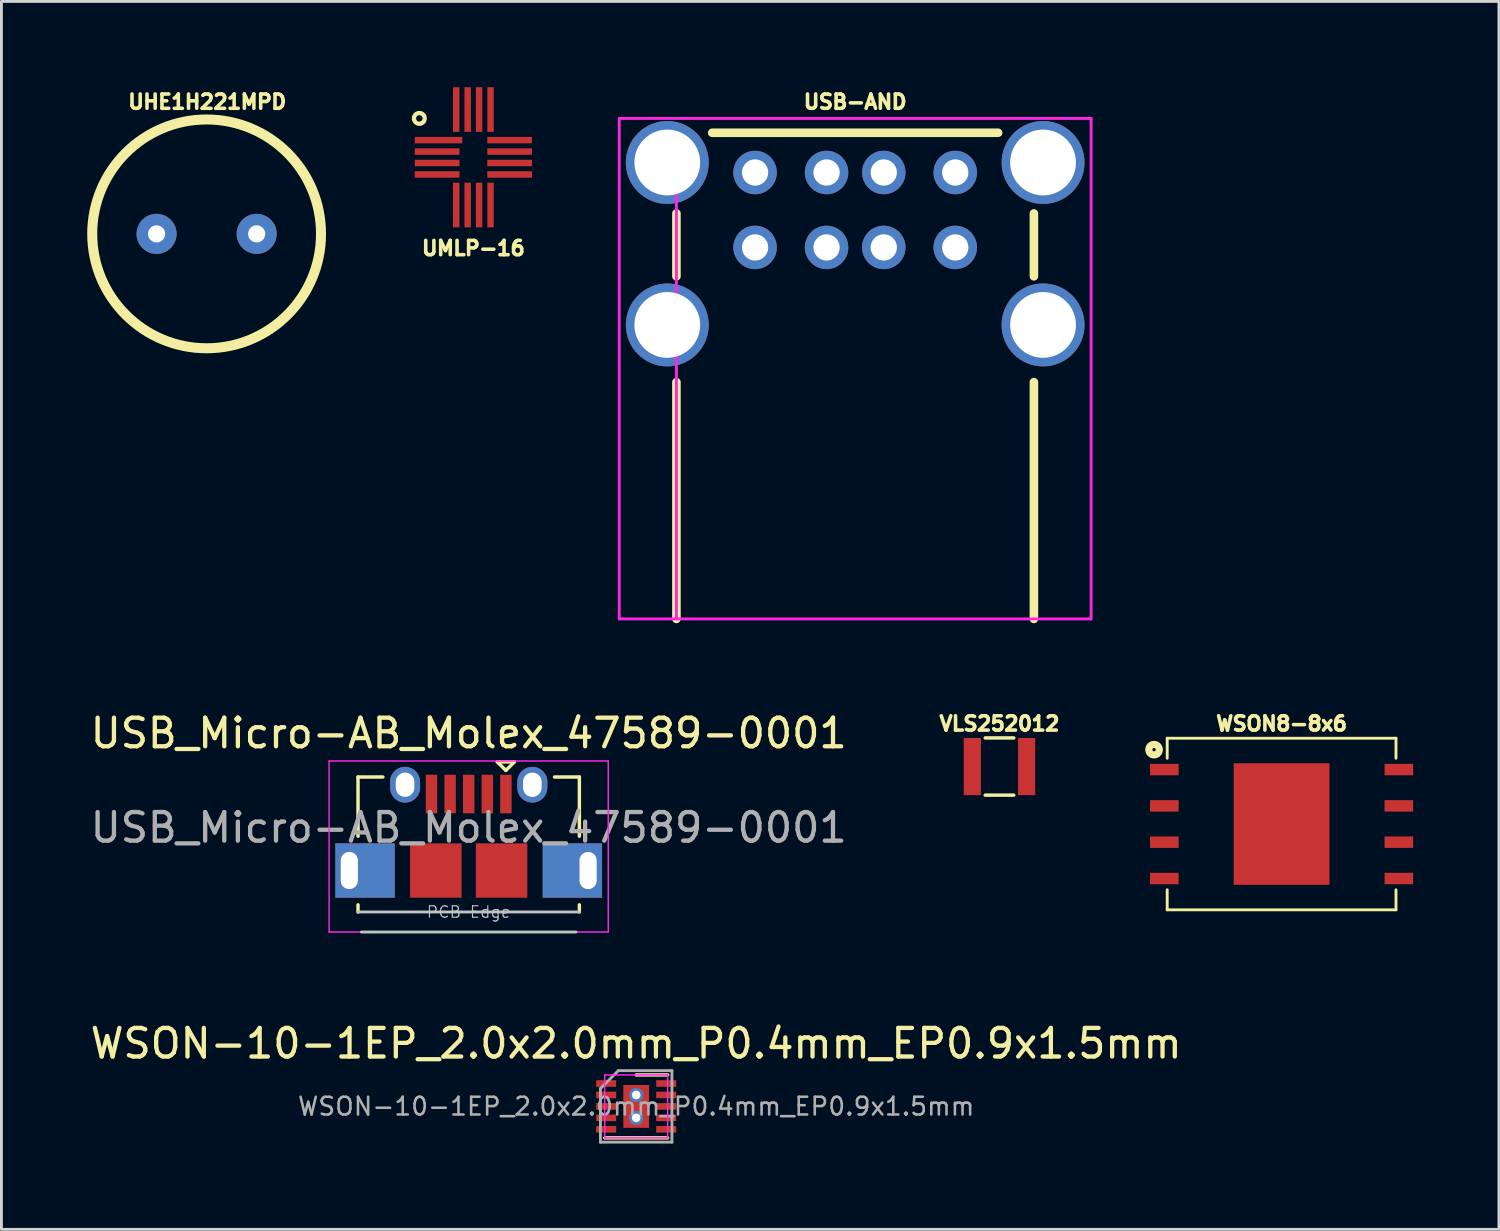
<source format=kicad_pcb>
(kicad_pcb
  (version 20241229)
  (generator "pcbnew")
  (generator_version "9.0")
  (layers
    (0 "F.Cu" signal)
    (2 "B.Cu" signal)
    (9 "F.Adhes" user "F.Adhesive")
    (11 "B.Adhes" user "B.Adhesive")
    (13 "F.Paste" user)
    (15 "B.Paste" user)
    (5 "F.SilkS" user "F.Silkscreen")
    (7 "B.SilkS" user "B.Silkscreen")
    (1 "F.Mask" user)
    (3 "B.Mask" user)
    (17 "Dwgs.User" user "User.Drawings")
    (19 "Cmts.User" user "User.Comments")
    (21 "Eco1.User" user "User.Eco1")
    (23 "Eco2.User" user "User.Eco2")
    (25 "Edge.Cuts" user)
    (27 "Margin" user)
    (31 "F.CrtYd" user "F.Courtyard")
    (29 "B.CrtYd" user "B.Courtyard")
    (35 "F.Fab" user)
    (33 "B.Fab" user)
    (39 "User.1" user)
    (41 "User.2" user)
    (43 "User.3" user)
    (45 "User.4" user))
  (footprint "UMLP-16"
    (layer "F.Cu")
    (at 13.503 2.45)
    (property "Reference" "UMLP-16" (at 0 3.18 0) (layer "F.SilkS") (effects (font (size 0.5 0.5) (thickness 0.125))))
    (attr through_hole)
    (fp_circle (center -1.89 -1.36) (end -1.81 -1.19) (stroke (width 0.15) (type solid)) (fill no) (layer "F.SilkS"))
    (pad "1" smd rect (at -1.218 -0.6) (size 1.663 0.225) (layers "F.Cu" "F.Mask" "F.Paste"))
    (pad "2" smd rect (at -1.268 -0.2) (size 1.563 0.225) (layers "F.Cu" "F.Mask" "F.Paste"))
    (pad "3" smd rect (at -1.268 0.2) (size 1.563 0.225) (layers "F.Cu" "F.Mask" "F.Paste"))
    (pad "4" smd rect (at -1.268 0.6) (size 1.563 0.225) (layers "F.Cu" "F.Mask" "F.Paste"))
    (pad "5" smd rect (at -0.6 1.669) (size 0.225 1.563) (layers "F.Cu" "F.Mask" "F.Paste"))
    (pad "6" smd rect (at -0.2 1.669) (size 0.225 1.563) (layers "F.Cu" "F.Mask" "F.Paste"))
    (pad "7" smd rect (at 0.2 1.669) (size 0.225 1.563) (layers "F.Cu" "F.Mask" "F.Paste"))
    (pad "8" smd rect (at 0.6 1.669) (size 0.225 1.563) (layers "F.Cu" "F.Mask" "F.Paste"))
    (pad "9" smd rect (at 1.268 0.6) (size 1.563 0.225) (layers "F.Cu" "F.Mask" "F.Paste"))
    (pad "10" smd rect (at 1.268 0.2) (size 1.563 0.225) (layers "F.Cu" "F.Mask" "F.Paste"))
    (pad "11" smd rect (at 1.268 -0.2) (size 1.563 0.225) (layers "F.Cu" "F.Mask" "F.Paste"))
    (pad "12" smd rect (at 1.268 -0.6) (size 1.563 0.225) (layers "F.Cu" "F.Mask" "F.Paste"))
    (pad "13" smd rect (at 0.6 -1.669) (size 0.225 1.563) (layers "F.Cu" "F.Mask" "F.Paste"))
    (pad "14" smd rect (at 0.2 -1.669) (size 0.225 1.563) (layers "F.Cu" "F.Mask" "F.Paste"))
    (pad "15" smd rect (at -0.2 -1.669) (size 0.225 1.563) (layers "F.Cu" "F.Mask" "F.Paste"))
    (pad "16" smd rect (at -0.6 -1.669) (size 0.225 1.563) (layers "F.Cu" "F.Mask" "F.Paste")))
  (footprint "WSON-10-1EP_2.0x2.0mm_P0.4mm_EP0.9x1.5mm"
    (layer "F.Cu")
    (at 19.196 35.638)
    (property "Reference" "WSON-10-1EP_2.0x2.0mm_P0.4mm_EP0.9x1.5mm" (at 0 -2.2 0) (layer "F.SilkS") (effects (font (size 1 1) (thickness 0.15))))
    (attr smd)
    (fp_line (start -1.1 1.1) (end 1.1 1.1) (stroke (width 0.12) (type solid)) (layer "F.SilkS"))
    (fp_line (start 0 -1.1) (end 1.1 -1.1) (stroke (width 0.12) (type solid)) (layer "F.SilkS"))
    (fp_line (start -1.1 -1.1) (end -1.1 1.1) (stroke (width 0.05) (type solid)) (layer "F.CrtYd"))
    (fp_line (start -1.1 1.1) (end 1.1 1.1) (stroke (width 0.05) (type solid)) (layer "F.CrtYd"))
    (fp_line (start 1.1 -1.1) (end -1.1 -1.1) (stroke (width 0.05) (type solid)) (layer "F.CrtYd"))
    (fp_line (start 1.1 1.1) (end 1.1 -1.1) (stroke (width 0.05) (type solid)) (layer "F.CrtYd"))
    (fp_line (start -1.25 -0.625) (end -0.625 -1.25) (stroke (width 0.1) (type solid)) (layer "F.Fab"))
    (fp_line (start -1.25 1.25) (end -1.25 -0.625) (stroke (width 0.1) (type solid)) (layer "F.Fab"))
    (fp_line (start -0.625 -1.25) (end 1.25 -1.25) (stroke (width 0.1) (type solid)) (layer "F.Fab"))
    (fp_line (start 1.25 -1.25) (end 1.25 1.25) (stroke (width 0.1) (type solid)) (layer "F.Fab"))
    (fp_line (start 1.25 1.25) (end -1.25 1.25) (stroke (width 0.1) (type solid)) (layer "F.Fab"))
    (fp_text user "${REFERENCE}" (at 0 0 0) (layer "F.Fab") (effects (font (size 0.62 0.62) (thickness 0.09))))
    (pad "1" smd rect (at -1.05 -0.8) (size 0.7 0.23) (layers "F.Cu" "F.Mask" "F.Paste"))
    (pad "2" smd rect (at -1.05 -0.4) (size 0.7 0.23) (layers "F.Cu" "F.Mask" "F.Paste"))
    (pad "3" smd rect (at -1.05 0) (size 0.7 0.23) (layers "F.Cu" "F.Mask" "F.Paste"))
    (pad "4" smd rect (at -1.05 0.4) (size 0.7 0.23) (layers "F.Cu" "F.Mask" "F.Paste"))
    (pad "5" smd rect (at -1.05 0.8) (size 0.7 0.23) (layers "F.Cu" "F.Mask" "F.Paste"))
    (pad "6" smd rect (at 1.05 0.8) (size 0.7 0.23) (layers "F.Cu" "F.Mask" "F.Paste"))
    (pad "7" smd rect (at 1.05 0.4) (size 0.7 0.23) (layers "F.Cu" "F.Mask" "F.Paste"))
    (pad "8" smd rect (at 1.05 0) (size 0.7 0.23) (layers "F.Cu" "F.Mask" "F.Paste"))
    (pad "9" smd rect (at 1.05 -0.4) (size 0.7 0.23) (layers "F.Cu" "F.Mask" "F.Paste"))
    (pad "10" smd rect (at 1.05 -0.8) (size 0.7 0.23) (layers "F.Cu" "F.Mask" "F.Paste"))
    (pad "11" thru_hole circle (at 0 -0.4) (size 0.5 0.5) (drill 0.3) (layers "*.Cu" "F.Mask"))
    (pad "11" smd rect (at 0 0) (size 0.9 1.5) (layers "F.Cu" "F.Mask" "F.Paste"))
    (pad "11" thru_hole circle (at 0 0.4) (size 0.5 0.5) (drill 0.3) (layers "*.Cu" "F.Mask")))
  (footprint "USB_Micro-AB_Molex_47589-0001"
    (layer "F.Cu")
    (at 13.339 27.39)
    (property "Reference" "USB_Micro-AB_Molex_47589-0001" (at 0 -4.8 180) (layer "F.SilkS") (effects (font (size 1 1) (thickness 0.15))))
    (attr smd)
    (fp_line (start -3.87 -3.27) (end -3.87 -1.2) (stroke (width 0.12) (type solid)) (layer "F.SilkS"))
    (fp_line (start -3.87 -3.27) (end -3 -3.27) (stroke (width 0.12) (type solid)) (layer "F.SilkS"))
    (fp_line (start -3.87 1.2) (end -3.87 1.45) (stroke (width 0.12) (type solid)) (layer "F.SilkS"))
    (fp_line (start 1 -3.8) (end 1.6 -3.8) (stroke (width 0.12) (type solid)) (layer "F.SilkS"))
    (fp_line (start 1.3 -3.5) (end 1 -3.8) (stroke (width 0.12) (type solid)) (layer "F.SilkS"))
    (fp_line (start 1.3 -3.5) (end 1.6 -3.8) (stroke (width 0.12) (type solid)) (layer "F.SilkS"))
    (fp_line (start 3 -3.27) (end 3.87 -3.27) (stroke (width 0.12) (type solid)) (layer "F.SilkS"))
    (fp_line (start 3.87 -3.27) (end 3.87 -1.2) (stroke (width 0.12) (type solid)) (layer "F.SilkS"))
    (fp_line (start 3.87 1.2) (end 3.87 1.45) (stroke (width 0.12) (type solid)) (layer "F.SilkS"))
    (fp_line (start -3.87 1.45) (end 3.87 1.45) (stroke (width 0.1) (type solid)) (layer "Dwgs.User"))
    (fp_line (start -3.75 2.15) (end 3.75 2.15) (stroke (width 0.1) (type solid)) (layer "Dwgs.User"))
    (fp_line (start -4.88 -3.83) (end -4.88 2.15) (stroke (width 0.05) (type solid)) (layer "F.CrtYd"))
    (fp_line (start -4.88 -3.83) (end 4.88 -3.83) (stroke (width 0.05) (type solid)) (layer "F.CrtYd"))
    (fp_line (start -4.88 2.15) (end 4.88 2.15) (stroke (width 0.05) (type solid)) (layer "F.CrtYd"))
    (fp_line (start 4.88 -3.83) (end 4.88 2.15) (stroke (width 0.05) (type solid)) (layer "F.CrtYd"))
    (fp_text user "PCB Edge" (at 0 1.45 0) (layer "Dwgs.User") (effects (font (size 0.4 0.4) (thickness 0.04))))
    (fp_text user "${REFERENCE}" (at 0 -1.5 0) (layer "F.Fab") (effects (font (size 1 1) (thickness 0.15))))
    (pad "" smd rect (at -2.8 0) (size 0.3 1) (layers "F.Paste"))
    (pad "" smd rect (at 2.8 0 180) (size 0.3 1) (layers "F.Paste"))
    (pad "1" smd rect (at 1.3 -2.675) (size 0.4 1.35) (layers "F.Cu" "F.Mask" "F.Paste"))
    (pad "2" smd rect (at 0.65 -2.675) (size 0.4 1.35) (layers "F.Cu" "F.Mask" "F.Paste"))
    (pad "3" smd rect (at 0 -2.675) (size 0.4 1.35) (layers "F.Cu" "F.Mask" "F.Paste"))
    (pad "4" smd rect (at -0.65 -2.675) (size 0.4 1.35) (layers "F.Cu" "F.Mask" "F.Paste"))
    (pad "5" smd rect (at -1.3 -2.675) (size 0.4 1.35) (layers "F.Cu" "F.Mask" "F.Paste"))
    (pad "6" thru_hole trapezoid (at -4.175 0) (size 2.075 1.9) (drill oval 0.6 1.3 (offset 0.55 0)) (layers "*.Cu" "*.Mask"))
    (pad "6" thru_hole oval (at -2.225 -3) (size 1.05 1.25) (drill oval 0.65 0.85) (layers "*.Cu" "*.Mask"))
    (pad "6" smd rect (at -1.15 0) (size 1.8 1.9) (layers "F.Cu" "F.Mask" "F.Paste"))
    (pad "6" smd rect (at 1.15 0) (size 1.8 1.9) (layers "F.Cu" "F.Mask" "F.Paste"))
    (pad "6" thru_hole oval (at 2.225 -3) (size 1.05 1.25) (drill oval 0.65 0.85) (layers "*.Cu" "*.Mask"))
    (pad "6" thru_hole trapezoid (at 4.175 0 180) (size 2.075 1.9) (drill oval 0.6 1.3 (offset 0.55 0)) (layers "*.Cu" "*.Mask")))
  (footprint "USB-AND"
    (layer "F.Cu")
    (at 26.853 8.312)
    (property "Reference" "USB-AND" (at 0 -7.8 0) (layer "F.SilkS") (effects (font (size 0.5 0.5) (thickness 0.125))))
    (attr through_hole)
    (fp_line (start -6.25 -1.7) (end -6.25 -3.9) (stroke (width 0.3) (type solid)) (layer "F.SilkS"))
    (fp_line (start -6.25 2) (end -6.25 10.28) (stroke (width 0.3) (type solid)) (layer "F.SilkS"))
    (fp_line (start -5 -6.72) (end 5 -6.72) (stroke (width 0.3) (type solid)) (layer "F.SilkS"))
    (fp_line (start 6.25 -1.7) (end 6.25 -3.9) (stroke (width 0.3) (type solid)) (layer "F.SilkS"))
    (fp_line (start 6.25 2) (end 6.25 10.28) (stroke (width 0.3) (type solid)) (layer "F.SilkS"))
    (fp_line (start -8.25 -7.22) (end 8.25 -7.22) (stroke (width 0.1) (type solid)) (layer "F.CrtYd"))
    (fp_line (start -8.25 10.28) (end -8.25 -7.22) (stroke (width 0.1) (type solid)) (layer "F.CrtYd"))
    (fp_line (start -8.25 10.28) (end 8.25 10.28) (stroke (width 0.1) (type solid)) (layer "F.CrtYd"))
    (fp_line (start -6.25 10.28) (end -6.25 -6.72) (stroke (width 0.1) (type solid)) (layer "F.CrtYd"))
    (fp_line (start 8.25 10.28) (end 8.25 -7.22) (stroke (width 0.1) (type solid)) (layer "F.CrtYd"))
    (pad "1" thru_hole circle (at -3.5 -2.71) (size 1.52 1.52) (drill 0.92) (layers "*.Cu" "*.Mask"))
    (pad "2" thru_hole circle (at -1 -2.71) (size 1.52 1.52) (drill 0.92) (layers "*.Cu" "*.Mask"))
    (pad "3" thru_hole circle (at 1 -2.71) (size 1.52 1.52) (drill 0.92) (layers "*.Cu" "*.Mask"))
    (pad "4" thru_hole circle (at 3.5 -2.71) (size 1.52 1.52) (drill 0.92) (layers "*.Cu" "*.Mask"))
    (pad "5" thru_hole circle (at -3.5 -5.33) (size 1.52 1.52) (drill 0.92) (layers "*.Cu" "*.Mask"))
    (pad "6" thru_hole circle (at -1 -5.33) (size 1.52 1.52) (drill 0.92) (layers "*.Cu" "*.Mask"))
    (pad "7" thru_hole circle (at 1 -5.33) (size 1.52 1.52) (drill 0.92) (layers "*.Cu" "*.Mask"))
    (pad "8" thru_hole circle (at 3.5 -5.33) (size 1.52 1.52) (drill 0.92) (layers "*.Cu" "*.Mask"))
    (pad "S1" thru_hole circle (at -6.57 -5.68) (size 2.9 2.9) (drill 2.3) (layers "*.Cu" "*.Mask"))
    (pad "S1" thru_hole circle (at -6.57 0) (size 2.9 2.9) (drill 2.3) (layers "*.Cu" "*.Mask"))
    (pad "S2" thru_hole circle (at 6.57 -5.68) (size 2.9 2.9) (drill 2.3) (layers "*.Cu" "*.Mask"))
    (pad "S2" thru_hole circle (at 6.57 0) (size 2.9 2.9) (drill 2.3) (layers "*.Cu" "*.Mask")))
  (footprint "UHE1H221MPD"
    (layer "F.Cu")
    (at 4.175 5.128)
    (property "Reference" "UHE1H221MPD" (at 0.022 -4.616 0) (layer "F.SilkS") (effects (font (size 0.5 0.5) (thickness 0.125))))
    (attr through_hole)
    (fp_circle (center 0 0) (end 4 0) (stroke (width 0.35) (type solid)) (fill no) (layer "F.SilkS"))
    (pad "1" thru_hole circle (at -1.75 0) (size 1.4 1.4) (drill 0.6) (layers "*.Cu" "*.Mask"))
    (pad "2" thru_hole circle (at 1.75 0) (size 1.4 1.4) (drill 0.6) (layers "*.Cu" "*.Mask")))
  (footprint "VLS252012"
    (layer "F.Cu")
    (at 31.899 23.754)
    (property "Reference" "VLS252012" (at 0 -1.5 0) (layer "F.SilkS") (effects (font (size 0.5 0.5) (thickness 0.125))))
    (attr through_hole)
    (fp_line (start -0.5 -1) (end 0.5 -1) (stroke (width 0.12) (type solid)) (layer "F.SilkS"))
    (fp_line (start -0.5 1) (end 0.5 1) (stroke (width 0.12) (type solid)) (layer "F.SilkS"))
    (pad "1" smd rect (at -0.95 0) (size 0.6 2) (layers "F.Cu" "F.Mask" "F.Paste"))
    (pad "2" smd rect (at 0.95 0) (size 0.6 2) (layers "F.Cu" "F.Mask" "F.Paste")))
  (footprint "WSON8-8x6"
    (layer "F.Cu")
    (at 41.764 25.764)
    (property "Reference" "WSON8-8x6" (at 0 -3.51 180) (layer "F.SilkS") (effects (font (size 0.5 0.5) (thickness 0.125))))
    (attr smd)
    (fp_line (start -4 -3) (end -4 -2.3) (stroke (width 0.1) (type solid)) (layer "F.SilkS"))
    (fp_line (start -4 -3) (end 4 -3) (stroke (width 0.1) (type solid)) (layer "F.SilkS"))
    (fp_line (start -4 2.3) (end -4 3) (stroke (width 0.1) (type solid)) (layer "F.SilkS"))
    (fp_line (start -4 3) (end 4 3) (stroke (width 0.1) (type solid)) (layer "F.SilkS"))
    (fp_line (start 4 -3) (end 4 -2.3) (stroke (width 0.1) (type solid)) (layer "F.SilkS"))
    (fp_line (start 4 2.3) (end 4 3) (stroke (width 0.1) (type solid)) (layer "F.SilkS"))
    (fp_circle (center -4.46 -2.6) (end -4.41 -2.57) (stroke (width 0.25) (type solid)) (fill no) (layer "F.SilkS"))
    (pad "1" smd rect (at -4.1 -1.905) (size 1 0.4) (layers "F.Cu" "F.Mask" "F.Paste"))
    (pad "2" smd rect (at -4.1 -0.635) (size 1 0.4) (layers "F.Cu" "F.Mask" "F.Paste"))
    (pad "3" smd rect (at -4.1 0.635) (size 1 0.4) (layers "F.Cu" "F.Mask" "F.Paste"))
    (pad "4" smd rect (at -4.1 1.905) (size 1 0.4) (layers "F.Cu" "F.Mask" "F.Paste"))
    (pad "5" smd rect (at 4.1 1.905) (size 1 0.4) (layers "F.Cu" "F.Mask" "F.Paste"))
    (pad "6" smd rect (at 4.1 0.635) (size 1 0.4) (layers "F.Cu" "F.Mask" "F.Paste"))
    (pad "7" smd rect (at 4.1 -0.635) (size 1 0.4) (layers "F.Cu" "F.Mask" "F.Paste"))
    (pad "8" smd rect (at 4.1 -1.905) (size 1 0.4) (layers "F.Cu" "F.Mask" "F.Paste"))
    (pad "9" smd rect (at 0 0) (size 3.35 4.25) (layers "F.Cu" "F.Mask" "F.Paste")))
  (gr_rect
    (start -3 -3)
    (end 49.364 39.938)
    (stroke (width 0.1) (type default))
    (fill no)
    (layer "Edge.Cuts")))
</source>
